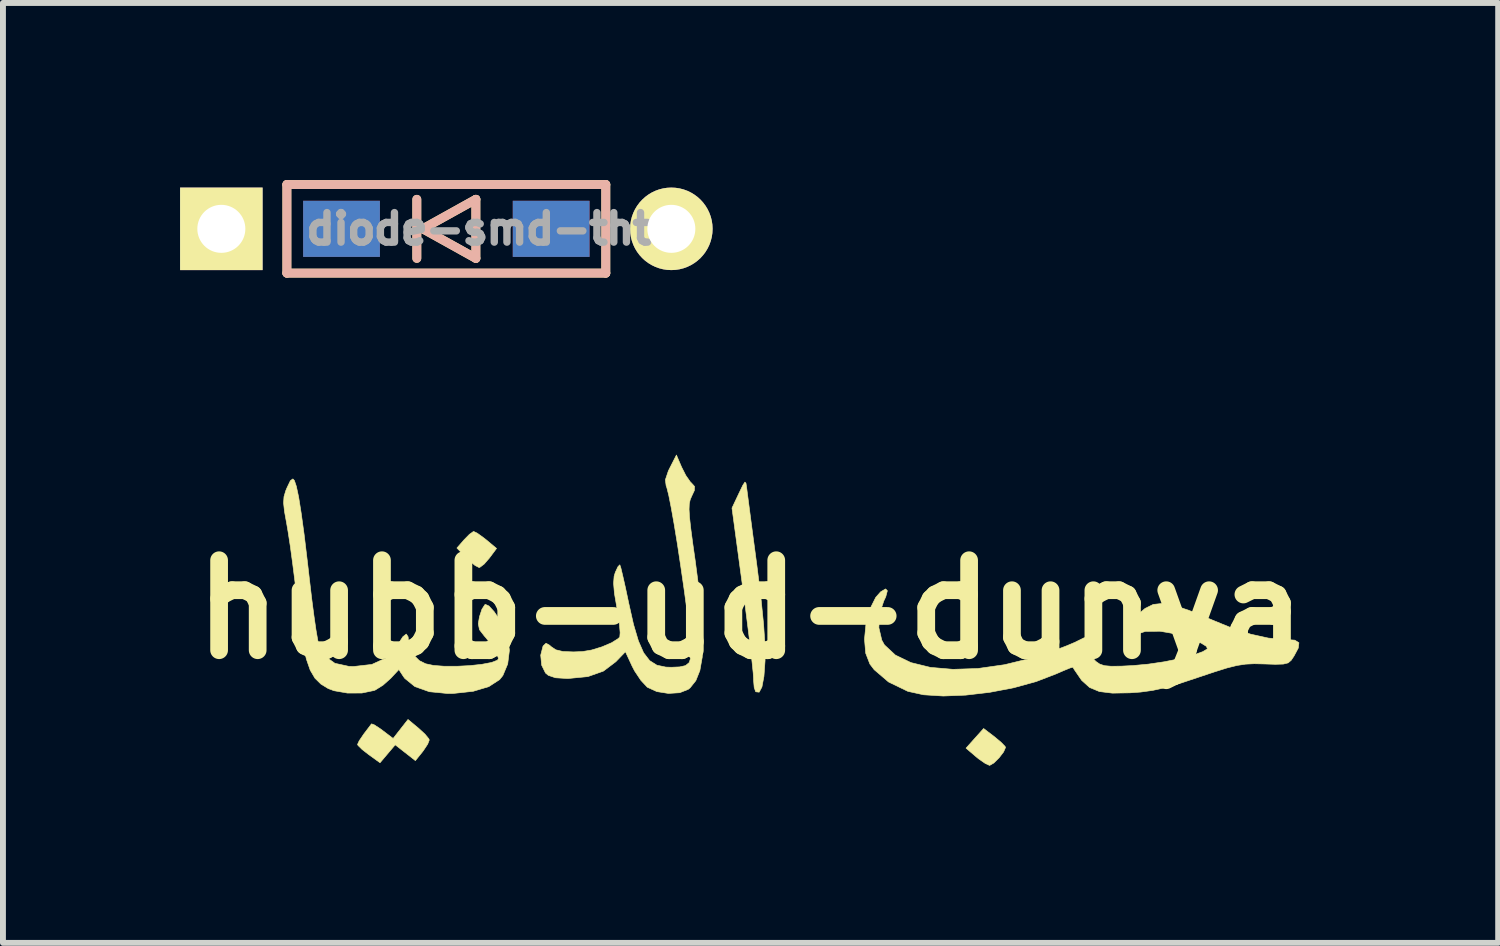
<source format=kicad_pcb>
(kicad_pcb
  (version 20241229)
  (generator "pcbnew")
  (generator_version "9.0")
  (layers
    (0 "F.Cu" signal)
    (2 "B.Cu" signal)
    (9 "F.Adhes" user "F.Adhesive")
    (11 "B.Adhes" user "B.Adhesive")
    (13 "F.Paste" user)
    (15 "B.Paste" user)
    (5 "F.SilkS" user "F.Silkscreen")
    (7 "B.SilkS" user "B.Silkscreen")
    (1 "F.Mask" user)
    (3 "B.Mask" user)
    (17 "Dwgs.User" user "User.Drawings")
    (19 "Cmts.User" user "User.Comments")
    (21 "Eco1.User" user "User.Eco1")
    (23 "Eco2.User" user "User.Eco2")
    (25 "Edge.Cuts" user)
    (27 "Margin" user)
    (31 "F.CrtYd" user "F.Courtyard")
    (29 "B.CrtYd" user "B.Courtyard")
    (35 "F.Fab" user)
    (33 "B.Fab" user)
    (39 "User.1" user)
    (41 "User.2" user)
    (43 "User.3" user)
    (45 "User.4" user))
  (footprint "hubb-ud-dunya"
    (layer "F.Cu")
    (at 9.659 7.271)
    (property "Reference" "hubb-ud-dunya" (at 0 0 0) (layer "F.SilkS") (effects (font (size 1.524 1.524) (thickness 0.3))))
    (attr through_hole)
    (fp_poly (pts (xy 4.132 2.156) (xy 4.243 2.249) (xy 4.31 2.318) (xy 4.318 2.336) (xy 4.285 2.412) (xy 4.209 2.511) (xy 4.12 2.599) (xy 4.051 2.639) (xy 4.048 2.64) (xy 3.975 2.607) (xy 3.863 2.529) (xy 3.819 2.493) (xy 3.649 2.348) (xy 3.798 2.181) (xy 3.947 2.015) (xy 4.132 2.156)) (stroke (width 0.01) (type solid)) (fill yes) (layer "F.SilkS"))
    (fp_poly (pts (xy -4.625 -1.291) (xy -4.52 -1.215) (xy -4.473 -1.178) (xy -4.301 -1.034) (xy -4.421 -0.873) (xy -4.51 -0.77) (xy -4.584 -0.714) (xy -4.597 -0.711) (xy -4.664 -0.745) (xy -4.766 -0.831) (xy -4.813 -0.876) (xy -4.972 -1.041) (xy -4.85 -1.181) (xy -4.76 -1.273) (xy -4.694 -1.32) (xy -4.687 -1.321) (xy -4.625 -1.291)) (stroke (width 0.01) (type solid)) (fill yes) (layer "F.SilkS"))
    (fp_poly (pts (xy -5.622 2.01) (xy -5.513 2.11) (xy -5.448 2.189) (xy -5.44 2.21) (xy -5.467 2.28) (xy -5.538 2.387) (xy -5.555 2.41) (xy -5.675 2.559) (xy -5.846 2.425) (xy -6.017 2.291) (xy -6.274 2.595) (xy -6.464 2.458) (xy -6.578 2.369) (xy -6.646 2.302) (xy -6.655 2.285) (xy -6.627 2.224) (xy -6.558 2.122) (xy -6.544 2.102) (xy -6.467 2.001) (xy -6.421 1.94) (xy -6.418 1.936) (xy -6.373 1.952) (xy -6.277 2.014) (xy -6.228 2.05) (xy -6.052 2.184) (xy -5.926 2.023) (xy -5.8 1.862) (xy -5.622 2.01)) (stroke (width 0.01) (type solid)) (fill yes) (layer "F.SilkS"))
    (fp_poly (pts (xy -0.077 -2.138) (xy -0.065 -2.057) (xy -0.053 -1.964) (xy -0.03 -1.787) (xy 0.002 -1.542) (xy 0.041 -1.246) (xy 0.085 -0.916) (xy 0.108 -0.742) (xy 0.176 -0.198) (xy 0.221 0.25) (xy 0.245 0.607) (xy 0.246 0.868) (xy 0.227 1.133) (xy 0.193 1.312) (xy 0.146 1.4) (xy 0.089 1.393) (xy 0.086 1.389) (xy 0.062 1.32) (xy 0.051 1.194) (xy 0.051 1.173) (xy 0.045 1.074) (xy 0.026 0.891) (xy -0.003 0.637) (xy -0.041 0.33) (xy -0.085 -0.017) (xy -0.131 -0.364) (xy -0.314 -1.718) (xy -0.198 -1.964) (xy -0.131 -2.103) (xy -0.095 -2.158) (xy -0.077 -2.138)) (stroke (width 0.01) (type solid)) (fill yes) (layer "F.SilkS"))
    (fp_poly (pts (xy -7.724 -2.184) (xy -7.691 -2.086) (xy -7.652 -1.904) (xy -7.609 -1.633) (xy -7.559 -1.27) (xy -7.504 -0.812) (xy -7.466 -0.483) (xy -7.43 -0.177) (xy -7.393 0.105) (xy -7.359 0.342) (xy -7.329 0.515) (xy -7.311 0.596) (xy -7.206 0.791) (xy -7.038 0.911) (xy -6.8 0.963) (xy -6.719 0.965) (xy -6.412 0.93) (xy -6.174 0.821) (xy -6.001 0.638) (xy -5.979 0.603) (xy -5.888 0.462) (xy -5.829 0.415) (xy -5.798 0.463) (xy -5.791 0.555) (xy -5.744 0.731) (xy -5.608 0.866) (xy -5.501 0.919) (xy -5.369 0.947) (xy -5.185 0.961) (xy -4.972 0.961) (xy -4.752 0.95) (xy -4.549 0.928) (xy -4.386 0.897) (xy -4.287 0.859) (xy -4.267 0.832) (xy -4.298 0.745) (xy -4.375 0.616) (xy -4.477 0.483) (xy -4.508 0.448) (xy -4.59 0.342) (xy -4.61 0.241) (xy -4.59 0.122) (xy -4.548 -0.005) (xy -4.5 -0.08) (xy -4.49 -0.087) (xy -4.429 -0.059) (xy -4.342 0.036) (xy -4.249 0.173) (xy -4.166 0.326) (xy -4.113 0.462) (xy -4.083 0.69) (xy -4.112 0.922) (xy -4.194 1.118) (xy -4.249 1.187) (xy -4.432 1.306) (xy -4.697 1.385) (xy -5.031 1.421) (xy -5.133 1.422) (xy -5.439 1.392) (xy -5.684 1.305) (xy -5.855 1.166) (xy -5.877 1.136) (xy -5.955 1.017) (xy -6.096 1.168) (xy -6.223 1.281) (xy -6.354 1.363) (xy -6.373 1.371) (xy -6.58 1.414) (xy -6.825 1.415) (xy -7.054 1.375) (xy -7.152 1.338) (xy -7.276 1.262) (xy -7.376 1.163) (xy -7.456 1.027) (xy -7.521 0.84) (xy -7.577 0.59) (xy -7.627 0.264) (xy -7.671 -0.104) (xy -7.71 -0.437) (xy -7.752 -0.768) (xy -7.793 -1.071) (xy -7.831 -1.318) (xy -7.854 -1.453) (xy -7.892 -1.663) (xy -7.907 -1.805) (xy -7.9 -1.911) (xy -7.87 -2.012) (xy -7.849 -2.062) (xy -7.792 -2.181) (xy -7.75 -2.212) (xy -7.724 -2.184)) (stroke (width 0.01) (type solid)) (fill yes) (layer "F.SilkS"))
    (fp_poly (pts (xy -1.168 -2.413) (xy -1.095 -2.269) (xy -1.019 -2.16) (xy -0.999 -2.141) (xy -0.948 -2.084) (xy -0.951 -2.016) (xy -0.995 -1.922) (xy -1.021 -1.862) (xy -1.037 -1.792) (xy -1.041 -1.697) (xy -1.033 -1.562) (xy -1.012 -1.371) (xy -0.977 -1.108) (xy -0.936 -0.822) (xy -0.866 -0.288) (xy -0.823 0.156) (xy -0.806 0.518) (xy -0.818 0.808) (xy -0.858 1.034) (xy -0.926 1.204) (xy -1.023 1.326) (xy -1.055 1.352) (xy -1.199 1.409) (xy -1.39 1.421) (xy -1.586 1.39) (xy -1.744 1.318) (xy -1.752 1.312) (xy -1.857 1.199) (xy -1.963 1.04) (xy -2.005 0.959) (xy -2.118 0.715) (xy -2.281 0.884) (xy -2.491 1.043) (xy -2.754 1.136) (xy -3.085 1.168) (xy -3.11 1.168) (xy -3.303 1.156) (xy -3.424 1.115) (xy -3.472 1.075) (xy -3.537 0.942) (xy -3.553 0.773) (xy -3.515 0.624) (xy -3.509 0.614) (xy -3.463 0.571) (xy -3.402 0.605) (xy -3.379 0.627) (xy -3.298 0.682) (xy -3.178 0.711) (xy -2.997 0.718) (xy -2.845 0.712) (xy -2.691 0.686) (xy -2.515 0.632) (xy -2.353 0.563) (xy -2.24 0.492) (xy -2.214 0.465) (xy -2.208 0.393) (xy -2.22 0.248) (xy -2.248 0.055) (xy -2.264 -0.036) (xy -2.305 -0.277) (xy -2.319 -0.444) (xy -2.31 -0.563) (xy -2.29 -0.629) (xy -2.245 -0.725) (xy -2.214 -0.757) (xy -2.213 -0.756) (xy -2.195 -0.702) (xy -2.163 -0.567) (xy -2.119 -0.373) (xy -2.069 -0.138) (xy -2.065 -0.118) (xy -1.982 0.251) (xy -1.899 0.531) (xy -1.811 0.732) (xy -1.709 0.865) (xy -1.586 0.943) (xy -1.435 0.975) (xy -1.34 0.978) (xy -1.2 0.972) (xy -1.101 0.95) (xy -1.038 0.898) (xy -1.008 0.802) (xy -1.005 0.648) (xy -1.025 0.421) (xy -1.064 0.109) (xy -1.065 0.102) (xy -1.122 -0.321) (xy -1.181 -0.728) (xy -1.238 -1.106) (xy -1.293 -1.442) (xy -1.343 -1.723) (xy -1.385 -1.935) (xy -1.418 -2.066) (xy -1.429 -2.095) (xy -1.442 -2.196) (xy -1.391 -2.348) (xy -1.365 -2.4) (xy -1.255 -2.616) (xy -1.168 -2.413)) (stroke (width 0.01) (type solid)) (fill yes) (layer "F.SilkS"))
    (fp_poly (pts (xy 2.317 -0.318) (xy 2.29 -0.216) (xy 2.256 -0.144) (xy 2.184 0.074) (xy 2.173 0.308) (xy 2.222 0.518) (xy 2.267 0.599) (xy 2.453 0.772) (xy 2.716 0.899) (xy 3.046 0.98) (xy 3.428 1.013) (xy 3.85 0.999) (xy 4.3 0.935) (xy 4.763 0.822) (xy 4.945 0.765) (xy 5.159 0.689) (xy 5.355 0.614) (xy 5.499 0.553) (xy 5.524 0.54) (xy 5.648 0.479) (xy 5.706 0.471) (xy 5.723 0.527) (xy 5.723 0.618) (xy 5.768 0.789) (xy 5.846 0.878) (xy 5.913 0.924) (xy 5.992 0.951) (xy 6.107 0.961) (xy 6.28 0.959) (xy 6.477 0.949) (xy 6.736 0.925) (xy 7.007 0.885) (xy 7.267 0.832) (xy 7.492 0.773) (xy 7.658 0.714) (xy 7.736 0.667) (xy 7.721 0.625) (xy 7.631 0.569) (xy 7.485 0.508) (xy 7.308 0.448) (xy 7.121 0.4) (xy 6.947 0.37) (xy 6.93 0.368) (xy 6.685 0.371) (xy 6.511 0.428) (xy 6.404 0.479) (xy 6.36 0.478) (xy 6.35 0.42) (xy 6.35 0.402) (xy 6.384 0.306) (xy 6.473 0.178) (xy 6.547 0.096) (xy 6.682 -0.019) (xy 6.819 -0.086) (xy 6.977 -0.103) (xy 7.171 -0.07) (xy 7.42 0.013) (xy 7.714 0.135) (xy 8.124 0.303) (xy 8.47 0.418) (xy 8.769 0.484) (xy 9.04 0.507) (xy 9.055 0.507) (xy 9.216 0.519) (xy 9.286 0.562) (xy 9.275 0.653) (xy 9.204 0.786) (xy 9.155 0.86) (xy 9.103 0.904) (xy 9.022 0.924) (xy 8.887 0.928) (xy 8.701 0.922) (xy 8.53 0.918) (xy 8.384 0.925) (xy 8.239 0.947) (xy 8.07 0.989) (xy 7.853 1.057) (xy 7.587 1.146) (xy 7.272 1.251) (xy 7.022 1.323) (xy 6.809 1.37) (xy 6.605 1.398) (xy 6.424 1.411) (xy 6.127 1.416) (xy 5.907 1.389) (xy 5.741 1.32) (xy 5.606 1.198) (xy 5.48 1.014) (xy 5.459 0.977) (xy 5.413 0.989) (xy 5.301 1.035) (xy 5.172 1.091) (xy 4.834 1.221) (xy 4.452 1.326) (xy 4.047 1.403) (xy 3.643 1.45) (xy 3.263 1.465) (xy 2.93 1.444) (xy 2.666 1.386) (xy 2.663 1.385) (xy 2.337 1.227) (xy 2.094 1.019) (xy 2.021 0.923) (xy 1.95 0.739) (xy 1.93 0.502) (xy 1.955 0.244) (xy 2.019 -0.003) (xy 2.12 -0.205) (xy 2.203 -0.299) (xy 2.287 -0.349) (xy 2.317 -0.318)) (stroke (width 0.01) (type solid)) (fill yes) (layer "F.SilkS")))
  (footprint "diode-smd-tht"
    (layer "F.Cu")
    (at 4.508 0.825)
    (property "Reference" "diode-smd-tht" (at 0.55 0 0) (layer "F.Fab") (effects (font (size 0.5 0.5) (thickness 0.125))))
    (attr through_hole)
    (fp_line (start -2.7 -0.75) (end -2.7 0.75) (stroke (width 0.15) (type solid)) (layer "F.SilkS"))
    (fp_line (start -2.7 0.75) (end 2.7 0.75) (stroke (width 0.15) (type solid)) (layer "F.SilkS"))
    (fp_line (start -0.5 -0.5) (end -0.5 0.5) (stroke (width 0.15) (type solid)) (layer "F.SilkS"))
    (fp_line (start -0.4 0) (end 0.5 -0.5) (stroke (width 0.15) (type solid)) (layer "F.SilkS"))
    (fp_line (start 0.5 -0.5) (end 0.5 0.5) (stroke (width 0.15) (type solid)) (layer "F.SilkS"))
    (fp_line (start 0.5 0.5) (end -0.4 0) (stroke (width 0.15) (type solid)) (layer "F.SilkS"))
    (fp_line (start 2.7 -0.75) (end -2.7 -0.75) (stroke (width 0.15) (type solid)) (layer "F.SilkS"))
    (fp_line (start 2.7 0.75) (end 2.7 -0.75) (stroke (width 0.15) (type solid)) (layer "F.SilkS"))
    (fp_line (start -2.7 -0.75) (end -2.7 0.75) (stroke (width 0.15) (type solid)) (layer "B.SilkS"))
    (fp_line (start -2.7 0.75) (end 2.7 0.75) (stroke (width 0.15) (type solid)) (layer "B.SilkS"))
    (fp_line (start -0.5 -0.5) (end -0.5 0.5) (stroke (width 0.15) (type solid)) (layer "B.SilkS"))
    (fp_line (start -0.4 0) (end 0.5 -0.5) (stroke (width 0.15) (type solid)) (layer "B.SilkS"))
    (fp_line (start 0.5 -0.5) (end 0.5 0.5) (stroke (width 0.15) (type solid)) (layer "B.SilkS"))
    (fp_line (start 0.5 0.5) (end -0.4 0) (stroke (width 0.15) (type solid)) (layer "B.SilkS"))
    (fp_line (start 2.7 -0.75) (end -2.7 -0.75) (stroke (width 0.15) (type solid)) (layer "B.SilkS"))
    (fp_line (start 2.7 0.75) (end 2.7 -0.75) (stroke (width 0.15) (type solid)) (layer "B.SilkS"))
    (pad "1" thru_hole rect (at -3.81 0) (size 1.397 1.397) (drill 0.813) (layers "*.Cu" "*.Mask" "F.SilkS"))
    (pad "1" smd rect (at -1.775 0) (size 1.3 0.95) (layers "F.Cu" "F.Mask" "F.Paste"))
    (pad "1" smd rect (at -1.775 0) (size 1.3 0.95) (layers "B.Cu" "B.Mask" "B.Paste"))
    (pad "2" smd rect (at 1.775 0) (size 1.3 0.95) (layers "F.Cu" "F.Mask" "F.Paste"))
    (pad "2" smd rect (at 1.775 0) (size 1.3 0.95) (layers "B.Cu" "B.Mask" "B.Paste"))
    (pad "2" thru_hole circle (at 3.81 0) (size 1.397 1.397) (drill 0.813) (layers "*.Cu" "*.Mask" "F.SilkS")))
  (gr_rect
    (start -3 -3)
    (end 22.319 12.916)
    (stroke (width 0.1) (type default))
    (fill no)
    (layer "Edge.Cuts")))
</source>
